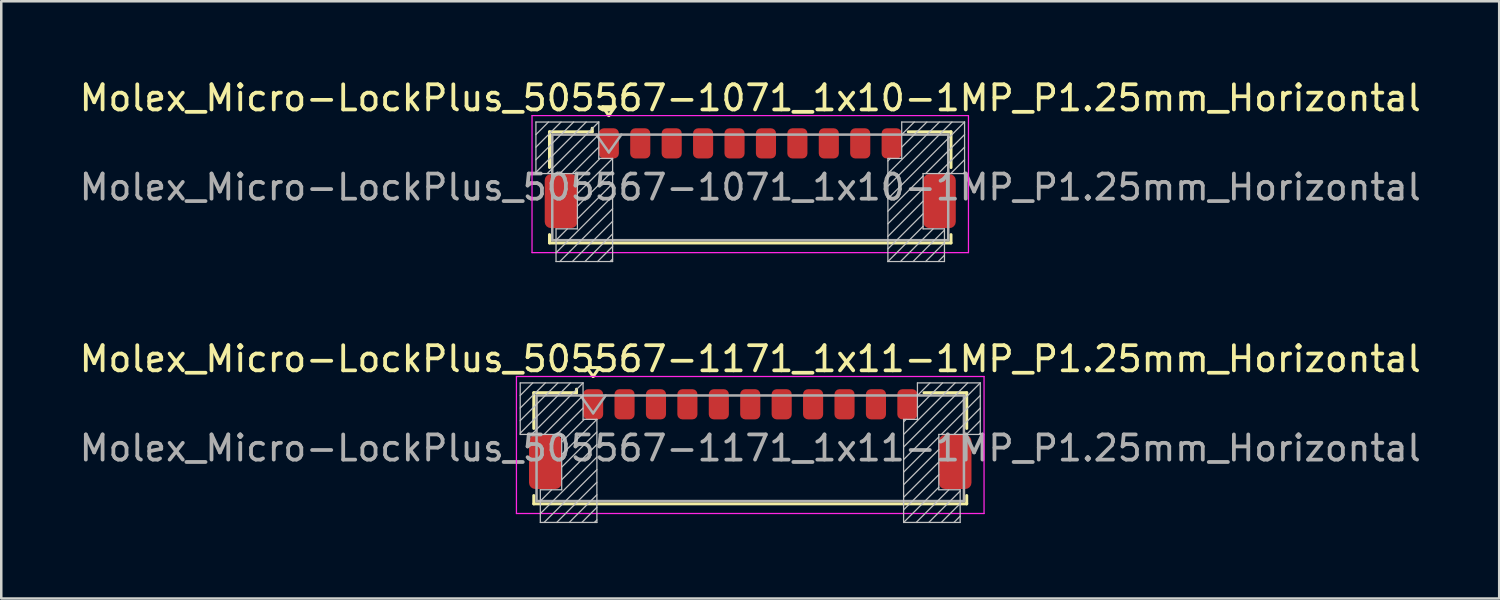
<source format=kicad_pcb>
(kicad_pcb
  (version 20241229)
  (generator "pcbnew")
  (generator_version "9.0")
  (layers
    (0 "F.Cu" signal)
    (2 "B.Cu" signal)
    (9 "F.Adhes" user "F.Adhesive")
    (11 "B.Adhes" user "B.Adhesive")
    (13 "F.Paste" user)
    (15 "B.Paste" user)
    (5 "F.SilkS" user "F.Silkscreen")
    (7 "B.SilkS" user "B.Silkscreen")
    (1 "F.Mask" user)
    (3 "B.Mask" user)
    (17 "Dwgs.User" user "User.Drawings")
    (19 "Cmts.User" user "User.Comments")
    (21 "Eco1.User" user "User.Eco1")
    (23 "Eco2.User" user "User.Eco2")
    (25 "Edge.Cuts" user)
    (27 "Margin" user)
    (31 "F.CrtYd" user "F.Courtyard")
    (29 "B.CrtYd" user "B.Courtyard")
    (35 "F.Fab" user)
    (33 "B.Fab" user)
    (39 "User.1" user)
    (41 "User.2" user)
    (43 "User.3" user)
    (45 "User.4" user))
  (footprint "Molex_Micro-LockPlus_505567-1071_1x10-1MP_P1.25mm_Horizontal"
    (layer "F.Cu")
    (at 26.792 4.038)
    (property "Reference" "Molex_Micro-LockPlus_505567-1071_1x10-1MP_P1.25mm_Horizontal" (at 0 -3.19 0) (layer "F.SilkS") (effects (font (size 1 1) (thickness 0.15))))
    (attr smd)
    (fp_line (start -7.985 -1.845) (end -6.285 -1.845) (stroke (width 0.12) (type solid)) (layer "F.SilkS"))
    (fp_line (start -7.985 -0.425) (end -7.985 -1.845) (stroke (width 0.12) (type solid)) (layer "F.SilkS"))
    (fp_line (start -7.985 2.245) (end -7.985 2.575) (stroke (width 0.12) (type solid)) (layer "F.SilkS"))
    (fp_line (start -7.985 2.575) (end 7.985 2.575) (stroke (width 0.12) (type solid)) (layer "F.SilkS"))
    (fp_line (start -6.285 -1.845) (end -6.285 -1.985) (stroke (width 0.12) (type solid)) (layer "F.SilkS"))
    (fp_line (start -5.875 -2.844) (end -5.625 -2.49) (stroke (width 0.12) (type solid)) (layer "F.SilkS"))
    (fp_line (start -5.625 -2.49) (end -5.375 -2.844) (stroke (width 0.12) (type solid)) (layer "F.SilkS"))
    (fp_line (start -5.375 -2.844) (end -5.875 -2.844) (stroke (width 0.12) (type solid)) (layer "F.SilkS"))
    (fp_line (start 7.985 -1.845) (end 6.285 -1.845) (stroke (width 0.12) (type solid)) (layer "F.SilkS"))
    (fp_line (start 7.985 -0.425) (end 7.985 -1.845) (stroke (width 0.12) (type solid)) (layer "F.SilkS"))
    (fp_line (start 7.985 2.575) (end 7.985 2.245) (stroke (width 0.12) (type solid)) (layer "F.SilkS"))
    (fp_line (start -8.525 -2.235) (end -6.025 -2.235) (stroke (width 0.05) (type solid)) (layer "Dwgs.User"))
    (fp_line (start -8.525 -0.185) (end -8.525 -2.235) (stroke (width 0.05) (type solid)) (layer "Dwgs.User"))
    (fp_line (start -8.025 -2.235) (end -8.525 -1.735) (stroke (width 0.05) (type solid)) (layer "Dwgs.User"))
    (fp_line (start -7.725 2.015) (end -6.875 2.015) (stroke (width 0.05) (type solid)) (layer "Dwgs.User"))
    (fp_line (start -7.725 3.315) (end -7.725 2.015) (stroke (width 0.05) (type solid)) (layer "Dwgs.User"))
    (fp_line (start -7.525 -2.235) (end -8.525 -1.235) (stroke (width 0.05) (type solid)) (layer "Dwgs.User"))
    (fp_line (start -7.275 2.015) (end -7.725 2.465) (stroke (width 0.05) (type solid)) (layer "Dwgs.User"))
    (fp_line (start -7.025 -2.235) (end -8.525 -0.735) (stroke (width 0.05) (type solid)) (layer "Dwgs.User"))
    (fp_line (start -6.875 -0.185) (end -8.525 -0.185) (stroke (width 0.05) (type solid)) (layer "Dwgs.User"))
    (fp_line (start -6.875 2.015) (end -6.875 -0.185) (stroke (width 0.05) (type solid)) (layer "Dwgs.User"))
    (fp_line (start -6.525 -2.235) (end -8.525 -0.235) (stroke (width 0.05) (type solid)) (layer "Dwgs.User"))
    (fp_line (start -6.025 -2.235) (end -8.075 -0.185) (stroke (width 0.05) (type solid)) (layer "Dwgs.User"))
    (fp_line (start -6.025 -2.235) (end -6.025 -0.785) (stroke (width 0.05) (type solid)) (layer "Dwgs.User"))
    (fp_line (start -6.025 -1.735) (end -7.575 -0.185) (stroke (width 0.05) (type solid)) (layer "Dwgs.User"))
    (fp_line (start -6.025 -1.235) (end -7.075 -0.185) (stroke (width 0.05) (type solid)) (layer "Dwgs.User"))
    (fp_line (start -6.025 -0.785) (end -5.475 -0.785) (stroke (width 0.05) (type solid)) (layer "Dwgs.User"))
    (fp_line (start -5.975 -0.785) (end -6.875 0.115) (stroke (width 0.05) (type solid)) (layer "Dwgs.User"))
    (fp_line (start -5.475 -0.785) (end -6.875 0.615) (stroke (width 0.05) (type solid)) (layer "Dwgs.User"))
    (fp_line (start -5.475 -0.785) (end -5.475 3.315) (stroke (width 0.05) (type solid)) (layer "Dwgs.User"))
    (fp_line (start -5.475 -0.285) (end -6.875 1.115) (stroke (width 0.05) (type solid)) (layer "Dwgs.User"))
    (fp_line (start -5.475 0.215) (end -6.875 1.615) (stroke (width 0.05) (type solid)) (layer "Dwgs.User"))
    (fp_line (start -5.475 0.715) (end -7.725 2.965) (stroke (width 0.05) (type solid)) (layer "Dwgs.User"))
    (fp_line (start -5.475 1.215) (end -7.575 3.315) (stroke (width 0.05) (type solid)) (layer "Dwgs.User"))
    (fp_line (start -5.475 1.715) (end -7.075 3.315) (stroke (width 0.05) (type solid)) (layer "Dwgs.User"))
    (fp_line (start -5.475 2.215) (end -6.575 3.315) (stroke (width 0.05) (type solid)) (layer "Dwgs.User"))
    (fp_line (start -5.475 2.715) (end -6.075 3.315) (stroke (width 0.05) (type solid)) (layer "Dwgs.User"))
    (fp_line (start -5.475 3.215) (end -5.575 3.315) (stroke (width 0.05) (type solid)) (layer "Dwgs.User"))
    (fp_line (start -5.475 3.315) (end -7.725 3.315) (stroke (width 0.05) (type solid)) (layer "Dwgs.User"))
    (fp_line (start 5.475 -0.785) (end 5.475 3.315) (stroke (width 0.05) (type solid)) (layer "Dwgs.User"))
    (fp_line (start 5.475 3.315) (end 7.725 3.315) (stroke (width 0.05) (type solid)) (layer "Dwgs.User"))
    (fp_line (start 5.575 -0.785) (end 5.475 -0.685) (stroke (width 0.05) (type solid)) (layer "Dwgs.User"))
    (fp_line (start 6.025 -2.235) (end 6.025 -0.785) (stroke (width 0.05) (type solid)) (layer "Dwgs.User"))
    (fp_line (start 6.025 -0.785) (end 5.475 -0.785) (stroke (width 0.05) (type solid)) (layer "Dwgs.User"))
    (fp_line (start 6.525 -2.235) (end 6.025 -1.735) (stroke (width 0.05) (type solid)) (layer "Dwgs.User"))
    (fp_line (start 6.875 -0.185) (end 8.525 -0.185) (stroke (width 0.05) (type solid)) (layer "Dwgs.User"))
    (fp_line (start 6.875 -0.085) (end 5.475 1.315) (stroke (width 0.05) (type solid)) (layer "Dwgs.User"))
    (fp_line (start 6.875 0.415) (end 5.475 1.815) (stroke (width 0.05) (type solid)) (layer "Dwgs.User"))
    (fp_line (start 6.875 0.915) (end 5.475 2.315) (stroke (width 0.05) (type solid)) (layer "Dwgs.User"))
    (fp_line (start 6.875 1.415) (end 5.475 2.815) (stroke (width 0.05) (type solid)) (layer "Dwgs.User"))
    (fp_line (start 6.875 1.915) (end 5.475 3.315) (stroke (width 0.05) (type solid)) (layer "Dwgs.User"))
    (fp_line (start 6.875 2.015) (end 6.875 -0.185) (stroke (width 0.05) (type solid)) (layer "Dwgs.User"))
    (fp_line (start 7.025 -2.235) (end 6.025 -1.235) (stroke (width 0.05) (type solid)) (layer "Dwgs.User"))
    (fp_line (start 7.275 2.015) (end 5.975 3.315) (stroke (width 0.05) (type solid)) (layer "Dwgs.User"))
    (fp_line (start 7.525 -2.235) (end 5.475 -0.185) (stroke (width 0.05) (type solid)) (layer "Dwgs.User"))
    (fp_line (start 7.725 2.015) (end 6.875 2.015) (stroke (width 0.05) (type solid)) (layer "Dwgs.User"))
    (fp_line (start 7.725 2.065) (end 6.475 3.315) (stroke (width 0.05) (type solid)) (layer "Dwgs.User"))
    (fp_line (start 7.725 2.565) (end 6.975 3.315) (stroke (width 0.05) (type solid)) (layer "Dwgs.User"))
    (fp_line (start 7.725 3.065) (end 7.475 3.315) (stroke (width 0.05) (type solid)) (layer "Dwgs.User"))
    (fp_line (start 7.725 3.315) (end 7.725 2.015) (stroke (width 0.05) (type solid)) (layer "Dwgs.User"))
    (fp_line (start 8.025 -2.235) (end 5.475 0.315) (stroke (width 0.05) (type solid)) (layer "Dwgs.User"))
    (fp_line (start 8.525 -2.235) (end 5.475 0.815) (stroke (width 0.05) (type solid)) (layer "Dwgs.User"))
    (fp_line (start 8.525 -2.235) (end 6.025 -2.235) (stroke (width 0.05) (type solid)) (layer "Dwgs.User"))
    (fp_line (start 8.525 -1.735) (end 6.975 -0.185) (stroke (width 0.05) (type solid)) (layer "Dwgs.User"))
    (fp_line (start 8.525 -1.235) (end 7.475 -0.185) (stroke (width 0.05) (type solid)) (layer "Dwgs.User"))
    (fp_line (start 8.525 -0.735) (end 7.975 -0.185) (stroke (width 0.05) (type solid)) (layer "Dwgs.User"))
    (fp_line (start 8.525 -0.235) (end 8.475 -0.185) (stroke (width 0.05) (type solid)) (layer "Dwgs.User"))
    (fp_line (start 8.525 -0.185) (end 8.525 -2.235) (stroke (width 0.05) (type solid)) (layer "Dwgs.User"))
    (fp_line (start -8.68 -2.49) (end -8.68 2.96) (stroke (width 0.05) (type solid)) (layer "F.CrtYd"))
    (fp_line (start -8.68 2.96) (end 8.68 2.96) (stroke (width 0.05) (type solid)) (layer "F.CrtYd"))
    (fp_line (start 8.68 -2.49) (end -8.68 -2.49) (stroke (width 0.05) (type solid)) (layer "F.CrtYd"))
    (fp_line (start 8.68 2.96) (end 8.68 -2.49) (stroke (width 0.05) (type solid)) (layer "F.CrtYd"))
    (fp_line (start -7.875 -1.735) (end -7.875 2.465) (stroke (width 0.1) (type solid)) (layer "F.Fab"))
    (fp_line (start -7.875 -1.735) (end 7.875 -1.735) (stroke (width 0.1) (type solid)) (layer "F.Fab"))
    (fp_line (start -7.875 2.465) (end 7.875 2.465) (stroke (width 0.1) (type solid)) (layer "F.Fab"))
    (fp_line (start -6.125 -1.735) (end -5.625 -1.028) (stroke (width 0.1) (type solid)) (layer "F.Fab"))
    (fp_line (start -5.625 -1.028) (end -5.125 -1.735) (stroke (width 0.1) (type solid)) (layer "F.Fab"))
    (fp_line (start 7.875 -1.735) (end 7.875 2.465) (stroke (width 0.1) (type solid)) (layer "F.Fab"))
    (fp_text user "${REFERENCE}" (at 0 0.36 0) (layer "F.Fab") (effects (font (size 1 1) (thickness 0.15))))
    (pad "1" smd roundrect (at -5.625 -1.385) (size 0.8 1.2) (layers "F.Cu" "F.Mask" "F.Paste") (roundrect_rratio 0.25))
    (pad "2" smd roundrect (at -4.375 -1.385) (size 0.8 1.2) (layers "F.Cu" "F.Mask" "F.Paste") (roundrect_rratio 0.25))
    (pad "3" smd roundrect (at -3.125 -1.385) (size 0.8 1.2) (layers "F.Cu" "F.Mask" "F.Paste") (roundrect_rratio 0.25))
    (pad "4" smd roundrect (at -1.875 -1.385) (size 0.8 1.2) (layers "F.Cu" "F.Mask" "F.Paste") (roundrect_rratio 0.25))
    (pad "5" smd roundrect (at -0.625 -1.385) (size 0.8 1.2) (layers "F.Cu" "F.Mask" "F.Paste") (roundrect_rratio 0.25))
    (pad "6" smd roundrect (at 0.625 -1.385) (size 0.8 1.2) (layers "F.Cu" "F.Mask" "F.Paste") (roundrect_rratio 0.25))
    (pad "7" smd roundrect (at 1.875 -1.385) (size 0.8 1.2) (layers "F.Cu" "F.Mask" "F.Paste") (roundrect_rratio 0.25))
    (pad "8" smd roundrect (at 3.125 -1.385) (size 0.8 1.2) (layers "F.Cu" "F.Mask" "F.Paste") (roundrect_rratio 0.25))
    (pad "9" smd roundrect (at 4.375 -1.385) (size 0.8 1.2) (layers "F.Cu" "F.Mask" "F.Paste") (roundrect_rratio 0.25))
    (pad "10" smd roundrect (at 5.625 -1.385) (size 0.8 1.2) (layers "F.Cu" "F.Mask" "F.Paste") (roundrect_rratio 0.25))
    (pad "MP" smd roundrect (at -7.525 0.91) (size 1.3 2.15) (layers "F.Cu" "F.Mask" "F.Paste") (roundrect_rratio 0.192))
    (pad "MP" smd roundrect (at 7.525 0.91) (size 1.3 2.15) (layers "F.Cu" "F.Mask" "F.Paste") (roundrect_rratio 0.192)))
  (footprint "Molex_Micro-LockPlus_505567-1171_1x11-1MP_P1.25mm_Horizontal"
    (layer "F.Cu")
    (at 26.792 14.416)
    (property "Reference" "Molex_Micro-LockPlus_505567-1171_1x11-1MP_P1.25mm_Horizontal" (at 0 -3.19 0) (layer "F.SilkS") (effects (font (size 1 1) (thickness 0.15))))
    (attr smd)
    (fp_line (start -8.61 -1.845) (end -6.91 -1.845) (stroke (width 0.12) (type solid)) (layer "F.SilkS"))
    (fp_line (start -8.61 -0.425) (end -8.61 -1.845) (stroke (width 0.12) (type solid)) (layer "F.SilkS"))
    (fp_line (start -8.61 2.245) (end -8.61 2.575) (stroke (width 0.12) (type solid)) (layer "F.SilkS"))
    (fp_line (start -8.61 2.575) (end 8.61 2.575) (stroke (width 0.12) (type solid)) (layer "F.SilkS"))
    (fp_line (start -6.91 -1.845) (end -6.91 -1.985) (stroke (width 0.12) (type solid)) (layer "F.SilkS"))
    (fp_line (start -6.5 -2.844) (end -6.25 -2.49) (stroke (width 0.12) (type solid)) (layer "F.SilkS"))
    (fp_line (start -6.25 -2.49) (end -6 -2.844) (stroke (width 0.12) (type solid)) (layer "F.SilkS"))
    (fp_line (start -6 -2.844) (end -6.5 -2.844) (stroke (width 0.12) (type solid)) (layer "F.SilkS"))
    (fp_line (start 8.61 -1.845) (end 6.91 -1.845) (stroke (width 0.12) (type solid)) (layer "F.SilkS"))
    (fp_line (start 8.61 -0.425) (end 8.61 -1.845) (stroke (width 0.12) (type solid)) (layer "F.SilkS"))
    (fp_line (start 8.61 2.575) (end 8.61 2.245) (stroke (width 0.12) (type solid)) (layer "F.SilkS"))
    (fp_line (start -9.15 -2.235) (end -6.65 -2.235) (stroke (width 0.05) (type solid)) (layer "Dwgs.User"))
    (fp_line (start -9.15 -0.185) (end -9.15 -2.235) (stroke (width 0.05) (type solid)) (layer "Dwgs.User"))
    (fp_line (start -8.65 -2.235) (end -9.15 -1.735) (stroke (width 0.05) (type solid)) (layer "Dwgs.User"))
    (fp_line (start -8.35 2.015) (end -7.5 2.015) (stroke (width 0.05) (type solid)) (layer "Dwgs.User"))
    (fp_line (start -8.35 3.315) (end -8.35 2.015) (stroke (width 0.05) (type solid)) (layer "Dwgs.User"))
    (fp_line (start -8.15 -2.235) (end -9.15 -1.235) (stroke (width 0.05) (type solid)) (layer "Dwgs.User"))
    (fp_line (start -7.9 2.015) (end -8.35 2.465) (stroke (width 0.05) (type solid)) (layer "Dwgs.User"))
    (fp_line (start -7.65 -2.235) (end -9.15 -0.735) (stroke (width 0.05) (type solid)) (layer "Dwgs.User"))
    (fp_line (start -7.5 -0.185) (end -9.15 -0.185) (stroke (width 0.05) (type solid)) (layer "Dwgs.User"))
    (fp_line (start -7.5 2.015) (end -7.5 -0.185) (stroke (width 0.05) (type solid)) (layer "Dwgs.User"))
    (fp_line (start -7.15 -2.235) (end -9.15 -0.235) (stroke (width 0.05) (type solid)) (layer "Dwgs.User"))
    (fp_line (start -6.65 -2.235) (end -8.7 -0.185) (stroke (width 0.05) (type solid)) (layer "Dwgs.User"))
    (fp_line (start -6.65 -2.235) (end -6.65 -0.785) (stroke (width 0.05) (type solid)) (layer "Dwgs.User"))
    (fp_line (start -6.65 -1.735) (end -8.2 -0.185) (stroke (width 0.05) (type solid)) (layer "Dwgs.User"))
    (fp_line (start -6.65 -1.235) (end -7.7 -0.185) (stroke (width 0.05) (type solid)) (layer "Dwgs.User"))
    (fp_line (start -6.65 -0.785) (end -6.1 -0.785) (stroke (width 0.05) (type solid)) (layer "Dwgs.User"))
    (fp_line (start -6.6 -0.785) (end -7.5 0.115) (stroke (width 0.05) (type solid)) (layer "Dwgs.User"))
    (fp_line (start -6.1 -0.785) (end -7.5 0.615) (stroke (width 0.05) (type solid)) (layer "Dwgs.User"))
    (fp_line (start -6.1 -0.785) (end -6.1 3.315) (stroke (width 0.05) (type solid)) (layer "Dwgs.User"))
    (fp_line (start -6.1 -0.285) (end -7.5 1.115) (stroke (width 0.05) (type solid)) (layer "Dwgs.User"))
    (fp_line (start -6.1 0.215) (end -7.5 1.615) (stroke (width 0.05) (type solid)) (layer "Dwgs.User"))
    (fp_line (start -6.1 0.715) (end -8.35 2.965) (stroke (width 0.05) (type solid)) (layer "Dwgs.User"))
    (fp_line (start -6.1 1.215) (end -8.2 3.315) (stroke (width 0.05) (type solid)) (layer "Dwgs.User"))
    (fp_line (start -6.1 1.715) (end -7.7 3.315) (stroke (width 0.05) (type solid)) (layer "Dwgs.User"))
    (fp_line (start -6.1 2.215) (end -7.2 3.315) (stroke (width 0.05) (type solid)) (layer "Dwgs.User"))
    (fp_line (start -6.1 2.715) (end -6.7 3.315) (stroke (width 0.05) (type solid)) (layer "Dwgs.User"))
    (fp_line (start -6.1 3.215) (end -6.2 3.315) (stroke (width 0.05) (type solid)) (layer "Dwgs.User"))
    (fp_line (start -6.1 3.315) (end -8.35 3.315) (stroke (width 0.05) (type solid)) (layer "Dwgs.User"))
    (fp_line (start 6.1 -0.785) (end 6.1 3.315) (stroke (width 0.05) (type solid)) (layer "Dwgs.User"))
    (fp_line (start 6.1 3.315) (end 8.35 3.315) (stroke (width 0.05) (type solid)) (layer "Dwgs.User"))
    (fp_line (start 6.2 -0.785) (end 6.1 -0.685) (stroke (width 0.05) (type solid)) (layer "Dwgs.User"))
    (fp_line (start 6.65 -2.235) (end 6.65 -0.785) (stroke (width 0.05) (type solid)) (layer "Dwgs.User"))
    (fp_line (start 6.65 -0.785) (end 6.1 -0.785) (stroke (width 0.05) (type solid)) (layer "Dwgs.User"))
    (fp_line (start 7.15 -2.235) (end 6.65 -1.735) (stroke (width 0.05) (type solid)) (layer "Dwgs.User"))
    (fp_line (start 7.5 -0.185) (end 9.15 -0.185) (stroke (width 0.05) (type solid)) (layer "Dwgs.User"))
    (fp_line (start 7.5 -0.085) (end 6.1 1.315) (stroke (width 0.05) (type solid)) (layer "Dwgs.User"))
    (fp_line (start 7.5 0.415) (end 6.1 1.815) (stroke (width 0.05) (type solid)) (layer "Dwgs.User"))
    (fp_line (start 7.5 0.915) (end 6.1 2.315) (stroke (width 0.05) (type solid)) (layer "Dwgs.User"))
    (fp_line (start 7.5 1.415) (end 6.1 2.815) (stroke (width 0.05) (type solid)) (layer "Dwgs.User"))
    (fp_line (start 7.5 1.915) (end 6.1 3.315) (stroke (width 0.05) (type solid)) (layer "Dwgs.User"))
    (fp_line (start 7.5 2.015) (end 7.5 -0.185) (stroke (width 0.05) (type solid)) (layer "Dwgs.User"))
    (fp_line (start 7.65 -2.235) (end 6.65 -1.235) (stroke (width 0.05) (type solid)) (layer "Dwgs.User"))
    (fp_line (start 7.9 2.015) (end 6.6 3.315) (stroke (width 0.05) (type solid)) (layer "Dwgs.User"))
    (fp_line (start 8.15 -2.235) (end 6.1 -0.185) (stroke (width 0.05) (type solid)) (layer "Dwgs.User"))
    (fp_line (start 8.35 2.015) (end 7.5 2.015) (stroke (width 0.05) (type solid)) (layer "Dwgs.User"))
    (fp_line (start 8.35 2.065) (end 7.1 3.315) (stroke (width 0.05) (type solid)) (layer "Dwgs.User"))
    (fp_line (start 8.35 2.565) (end 7.6 3.315) (stroke (width 0.05) (type solid)) (layer "Dwgs.User"))
    (fp_line (start 8.35 3.065) (end 8.1 3.315) (stroke (width 0.05) (type solid)) (layer "Dwgs.User"))
    (fp_line (start 8.35 3.315) (end 8.35 2.015) (stroke (width 0.05) (type solid)) (layer "Dwgs.User"))
    (fp_line (start 8.65 -2.235) (end 6.1 0.315) (stroke (width 0.05) (type solid)) (layer "Dwgs.User"))
    (fp_line (start 9.15 -2.235) (end 6.1 0.815) (stroke (width 0.05) (type solid)) (layer "Dwgs.User"))
    (fp_line (start 9.15 -2.235) (end 6.65 -2.235) (stroke (width 0.05) (type solid)) (layer "Dwgs.User"))
    (fp_line (start 9.15 -1.735) (end 7.6 -0.185) (stroke (width 0.05) (type solid)) (layer "Dwgs.User"))
    (fp_line (start 9.15 -1.235) (end 8.1 -0.185) (stroke (width 0.05) (type solid)) (layer "Dwgs.User"))
    (fp_line (start 9.15 -0.735) (end 8.6 -0.185) (stroke (width 0.05) (type solid)) (layer "Dwgs.User"))
    (fp_line (start 9.15 -0.235) (end 9.1 -0.185) (stroke (width 0.05) (type solid)) (layer "Dwgs.User"))
    (fp_line (start 9.15 -0.185) (end 9.15 -2.235) (stroke (width 0.05) (type solid)) (layer "Dwgs.User"))
    (fp_line (start -9.3 -2.49) (end -9.3 2.96) (stroke (width 0.05) (type solid)) (layer "F.CrtYd"))
    (fp_line (start -9.3 2.96) (end 9.3 2.96) (stroke (width 0.05) (type solid)) (layer "F.CrtYd"))
    (fp_line (start 9.3 -2.49) (end -9.3 -2.49) (stroke (width 0.05) (type solid)) (layer "F.CrtYd"))
    (fp_line (start 9.3 2.96) (end 9.3 -2.49) (stroke (width 0.05) (type solid)) (layer "F.CrtYd"))
    (fp_line (start -8.5 -1.735) (end -8.5 2.465) (stroke (width 0.1) (type solid)) (layer "F.Fab"))
    (fp_line (start -8.5 -1.735) (end 8.5 -1.735) (stroke (width 0.1) (type solid)) (layer "F.Fab"))
    (fp_line (start -8.5 2.465) (end 8.5 2.465) (stroke (width 0.1) (type solid)) (layer "F.Fab"))
    (fp_line (start -6.75 -1.735) (end -6.25 -1.028) (stroke (width 0.1) (type solid)) (layer "F.Fab"))
    (fp_line (start -6.25 -1.028) (end -5.75 -1.735) (stroke (width 0.1) (type solid)) (layer "F.Fab"))
    (fp_line (start 8.5 -1.735) (end 8.5 2.465) (stroke (width 0.1) (type solid)) (layer "F.Fab"))
    (fp_text user "${REFERENCE}" (at 0 0.36 0) (layer "F.Fab") (effects (font (size 1 1) (thickness 0.15))))
    (pad "1" smd roundrect (at -6.25 -1.385) (size 0.8 1.2) (layers "F.Cu" "F.Mask" "F.Paste") (roundrect_rratio 0.25))
    (pad "2" smd roundrect (at -5 -1.385) (size 0.8 1.2) (layers "F.Cu" "F.Mask" "F.Paste") (roundrect_rratio 0.25))
    (pad "3" smd roundrect (at -3.75 -1.385) (size 0.8 1.2) (layers "F.Cu" "F.Mask" "F.Paste") (roundrect_rratio 0.25))
    (pad "4" smd roundrect (at -2.5 -1.385) (size 0.8 1.2) (layers "F.Cu" "F.Mask" "F.Paste") (roundrect_rratio 0.25))
    (pad "5" smd roundrect (at -1.25 -1.385) (size 0.8 1.2) (layers "F.Cu" "F.Mask" "F.Paste") (roundrect_rratio 0.25))
    (pad "6" smd roundrect (at 0 -1.385) (size 0.8 1.2) (layers "F.Cu" "F.Mask" "F.Paste") (roundrect_rratio 0.25))
    (pad "7" smd roundrect (at 1.25 -1.385) (size 0.8 1.2) (layers "F.Cu" "F.Mask" "F.Paste") (roundrect_rratio 0.25))
    (pad "8" smd roundrect (at 2.5 -1.385) (size 0.8 1.2) (layers "F.Cu" "F.Mask" "F.Paste") (roundrect_rratio 0.25))
    (pad "9" smd roundrect (at 3.75 -1.385) (size 0.8 1.2) (layers "F.Cu" "F.Mask" "F.Paste") (roundrect_rratio 0.25))
    (pad "10" smd roundrect (at 5 -1.385) (size 0.8 1.2) (layers "F.Cu" "F.Mask" "F.Paste") (roundrect_rratio 0.25))
    (pad "11" smd roundrect (at 6.25 -1.385) (size 0.8 1.2) (layers "F.Cu" "F.Mask" "F.Paste") (roundrect_rratio 0.25))
    (pad "MP" smd roundrect (at -8.15 0.91) (size 1.3 2.15) (layers "F.Cu" "F.Mask" "F.Paste") (roundrect_rratio 0.192))
    (pad "MP" smd roundrect (at 8.15 0.91) (size 1.3 2.15) (layers "F.Cu" "F.Mask" "F.Paste") (roundrect_rratio 0.192)))
  (gr_rect
    (start -3 -3)
    (end 56.583 20.756)
    (stroke (width 0.1) (type default))
    (fill no)
    (layer "Edge.Cuts")))
</source>
